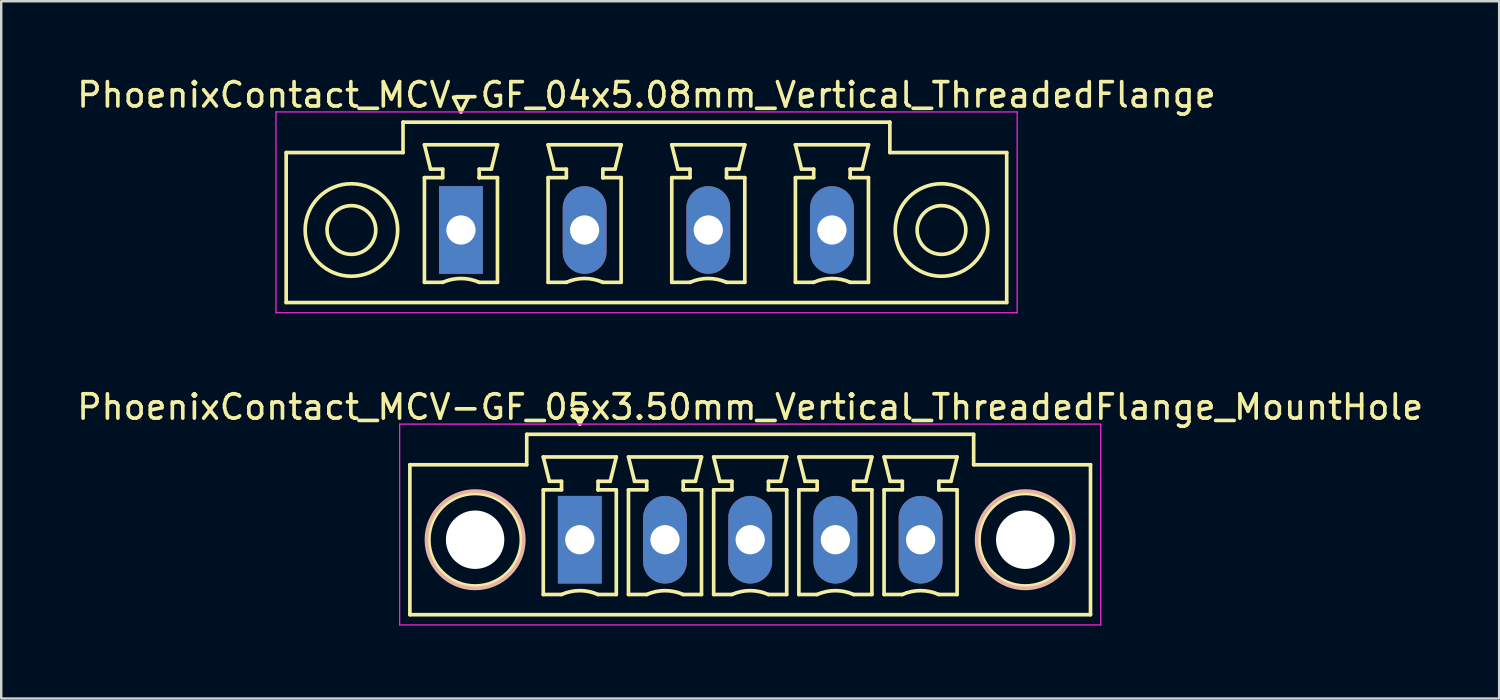
<source format=kicad_pcb>
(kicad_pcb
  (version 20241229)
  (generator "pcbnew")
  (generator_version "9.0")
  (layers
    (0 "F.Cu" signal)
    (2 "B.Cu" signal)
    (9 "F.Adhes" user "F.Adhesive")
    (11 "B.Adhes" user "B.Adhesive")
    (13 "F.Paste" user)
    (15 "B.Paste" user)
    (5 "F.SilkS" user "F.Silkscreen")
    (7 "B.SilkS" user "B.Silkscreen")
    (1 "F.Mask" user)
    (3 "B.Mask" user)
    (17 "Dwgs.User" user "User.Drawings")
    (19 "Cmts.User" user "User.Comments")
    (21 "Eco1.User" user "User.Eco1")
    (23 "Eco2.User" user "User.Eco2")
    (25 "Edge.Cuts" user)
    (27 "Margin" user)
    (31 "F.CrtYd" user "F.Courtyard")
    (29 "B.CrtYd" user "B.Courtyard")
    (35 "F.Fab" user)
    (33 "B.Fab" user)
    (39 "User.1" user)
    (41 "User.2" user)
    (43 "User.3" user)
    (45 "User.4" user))
  (footprint "PhoenixContact_MCV-GF_04x5.08mm_Vertical_ThreadedFlange"
    (layer "F.Cu")
    (at 15.886 6.398)
    (property "Reference" "PhoenixContact_MCV-GF_04x5.08mm_Vertical_ThreadedFlange" (at 7.62 -5.55 0) (layer "F.SilkS") (effects (font (size 1 1) (thickness 0.15))))
    (attr through_hole)
    (fp_line (start -7.18 -3.18) (end -7.18 2.98) (stroke (width 0.15) (type solid)) (layer "F.SilkS"))
    (fp_line (start -7.18 2.98) (end 22.42 2.98) (stroke (width 0.15) (type solid)) (layer "F.SilkS"))
    (fp_line (start -2.38 -4.43) (end -2.38 -3.18) (stroke (width 0.15) (type solid)) (layer "F.SilkS"))
    (fp_line (start -2.38 -3.18) (end -7.18 -3.18) (stroke (width 0.15) (type solid)) (layer "F.SilkS"))
    (fp_line (start -1.5 -3.5) (end 1.5 -3.5) (stroke (width 0.15) (type solid)) (layer "F.SilkS"))
    (fp_line (start -1.5 -2.15) (end -0.75 -2.15) (stroke (width 0.15) (type solid)) (layer "F.SilkS"))
    (fp_line (start -1.5 2.15) (end -1.5 -2.15) (stroke (width 0.15) (type solid)) (layer "F.SilkS"))
    (fp_line (start -1.25 -2.5) (end -1.5 -3.5) (stroke (width 0.15) (type solid)) (layer "F.SilkS"))
    (fp_line (start -0.75 -2.5) (end -1.25 -2.5) (stroke (width 0.15) (type solid)) (layer "F.SilkS"))
    (fp_line (start -0.75 -2.15) (end -0.75 -2.5) (stroke (width 0.15) (type solid)) (layer "F.SilkS"))
    (fp_line (start -0.75 2.15) (end -1.5 2.15) (stroke (width 0.15) (type solid)) (layer "F.SilkS"))
    (fp_line (start -0.3 -5.45) (end 0 -4.85) (stroke (width 0.15) (type solid)) (layer "F.SilkS"))
    (fp_line (start 0 -4.85) (end 0.3 -5.45) (stroke (width 0.15) (type solid)) (layer "F.SilkS"))
    (fp_line (start 0.3 -5.45) (end -0.3 -5.45) (stroke (width 0.15) (type solid)) (layer "F.SilkS"))
    (fp_line (start 0.75 -2.5) (end 0.75 -2.15) (stroke (width 0.15) (type solid)) (layer "F.SilkS"))
    (fp_line (start 0.75 -2.15) (end 0.75 -2.15) (stroke (width 0.15) (type solid)) (layer "F.SilkS"))
    (fp_line (start 0.75 -2.15) (end 1.5 -2.15) (stroke (width 0.15) (type solid)) (layer "F.SilkS"))
    (fp_line (start 1.25 -2.5) (end 0.75 -2.5) (stroke (width 0.15) (type solid)) (layer "F.SilkS"))
    (fp_line (start 1.5 -3.5) (end 1.25 -2.5) (stroke (width 0.15) (type solid)) (layer "F.SilkS"))
    (fp_line (start 1.5 -2.15) (end 1.5 2.15) (stroke (width 0.15) (type solid)) (layer "F.SilkS"))
    (fp_line (start 1.5 2.15) (end 0.75 2.15) (stroke (width 0.15) (type solid)) (layer "F.SilkS"))
    (fp_line (start 3.58 -3.5) (end 6.58 -3.5) (stroke (width 0.15) (type solid)) (layer "F.SilkS"))
    (fp_line (start 3.58 -2.15) (end 4.33 -2.15) (stroke (width 0.15) (type solid)) (layer "F.SilkS"))
    (fp_line (start 3.58 2.15) (end 3.58 -2.15) (stroke (width 0.15) (type solid)) (layer "F.SilkS"))
    (fp_line (start 3.83 -2.5) (end 3.58 -3.5) (stroke (width 0.15) (type solid)) (layer "F.SilkS"))
    (fp_line (start 4.33 -2.5) (end 3.83 -2.5) (stroke (width 0.15) (type solid)) (layer "F.SilkS"))
    (fp_line (start 4.33 -2.15) (end 4.33 -2.5) (stroke (width 0.15) (type solid)) (layer "F.SilkS"))
    (fp_line (start 4.33 2.15) (end 3.58 2.15) (stroke (width 0.15) (type solid)) (layer "F.SilkS"))
    (fp_line (start 5.83 -2.5) (end 5.83 -2.15) (stroke (width 0.15) (type solid)) (layer "F.SilkS"))
    (fp_line (start 5.83 -2.15) (end 5.83 -2.15) (stroke (width 0.15) (type solid)) (layer "F.SilkS"))
    (fp_line (start 5.83 -2.15) (end 6.58 -2.15) (stroke (width 0.15) (type solid)) (layer "F.SilkS"))
    (fp_line (start 6.33 -2.5) (end 5.83 -2.5) (stroke (width 0.15) (type solid)) (layer "F.SilkS"))
    (fp_line (start 6.58 -3.5) (end 6.33 -2.5) (stroke (width 0.15) (type solid)) (layer "F.SilkS"))
    (fp_line (start 6.58 -2.15) (end 6.58 2.15) (stroke (width 0.15) (type solid)) (layer "F.SilkS"))
    (fp_line (start 6.58 2.15) (end 5.83 2.15) (stroke (width 0.15) (type solid)) (layer "F.SilkS"))
    (fp_line (start 8.66 -3.5) (end 11.66 -3.5) (stroke (width 0.15) (type solid)) (layer "F.SilkS"))
    (fp_line (start 8.66 -2.15) (end 9.41 -2.15) (stroke (width 0.15) (type solid)) (layer "F.SilkS"))
    (fp_line (start 8.66 2.15) (end 8.66 -2.15) (stroke (width 0.15) (type solid)) (layer "F.SilkS"))
    (fp_line (start 8.91 -2.5) (end 8.66 -3.5) (stroke (width 0.15) (type solid)) (layer "F.SilkS"))
    (fp_line (start 9.41 -2.5) (end 8.91 -2.5) (stroke (width 0.15) (type solid)) (layer "F.SilkS"))
    (fp_line (start 9.41 -2.15) (end 9.41 -2.5) (stroke (width 0.15) (type solid)) (layer "F.SilkS"))
    (fp_line (start 9.41 2.15) (end 8.66 2.15) (stroke (width 0.15) (type solid)) (layer "F.SilkS"))
    (fp_line (start 10.91 -2.5) (end 10.91 -2.15) (stroke (width 0.15) (type solid)) (layer "F.SilkS"))
    (fp_line (start 10.91 -2.15) (end 10.91 -2.15) (stroke (width 0.15) (type solid)) (layer "F.SilkS"))
    (fp_line (start 10.91 -2.15) (end 11.66 -2.15) (stroke (width 0.15) (type solid)) (layer "F.SilkS"))
    (fp_line (start 11.41 -2.5) (end 10.91 -2.5) (stroke (width 0.15) (type solid)) (layer "F.SilkS"))
    (fp_line (start 11.66 -3.5) (end 11.41 -2.5) (stroke (width 0.15) (type solid)) (layer "F.SilkS"))
    (fp_line (start 11.66 -2.15) (end 11.66 2.15) (stroke (width 0.15) (type solid)) (layer "F.SilkS"))
    (fp_line (start 11.66 2.15) (end 10.91 2.15) (stroke (width 0.15) (type solid)) (layer "F.SilkS"))
    (fp_line (start 13.74 -3.5) (end 16.74 -3.5) (stroke (width 0.15) (type solid)) (layer "F.SilkS"))
    (fp_line (start 13.74 -2.15) (end 14.49 -2.15) (stroke (width 0.15) (type solid)) (layer "F.SilkS"))
    (fp_line (start 13.74 2.15) (end 13.74 -2.15) (stroke (width 0.15) (type solid)) (layer "F.SilkS"))
    (fp_line (start 13.99 -2.5) (end 13.74 -3.5) (stroke (width 0.15) (type solid)) (layer "F.SilkS"))
    (fp_line (start 14.49 -2.5) (end 13.99 -2.5) (stroke (width 0.15) (type solid)) (layer "F.SilkS"))
    (fp_line (start 14.49 -2.15) (end 14.49 -2.5) (stroke (width 0.15) (type solid)) (layer "F.SilkS"))
    (fp_line (start 14.49 2.15) (end 13.74 2.15) (stroke (width 0.15) (type solid)) (layer "F.SilkS"))
    (fp_line (start 15.99 -2.5) (end 15.99 -2.15) (stroke (width 0.15) (type solid)) (layer "F.SilkS"))
    (fp_line (start 15.99 -2.15) (end 15.99 -2.15) (stroke (width 0.15) (type solid)) (layer "F.SilkS"))
    (fp_line (start 15.99 -2.15) (end 16.74 -2.15) (stroke (width 0.15) (type solid)) (layer "F.SilkS"))
    (fp_line (start 16.49 -2.5) (end 15.99 -2.5) (stroke (width 0.15) (type solid)) (layer "F.SilkS"))
    (fp_line (start 16.74 -3.5) (end 16.49 -2.5) (stroke (width 0.15) (type solid)) (layer "F.SilkS"))
    (fp_line (start 16.74 -2.15) (end 16.74 2.15) (stroke (width 0.15) (type solid)) (layer "F.SilkS"))
    (fp_line (start 16.74 2.15) (end 15.99 2.15) (stroke (width 0.15) (type solid)) (layer "F.SilkS"))
    (fp_line (start 17.62 -4.43) (end -2.38 -4.43) (stroke (width 0.15) (type solid)) (layer "F.SilkS"))
    (fp_line (start 17.62 -3.18) (end 17.62 -4.43) (stroke (width 0.15) (type solid)) (layer "F.SilkS"))
    (fp_line (start 22.42 -3.18) (end 17.62 -3.18) (stroke (width 0.15) (type solid)) (layer "F.SilkS"))
    (fp_line (start 22.42 2.98) (end 22.42 -3.18) (stroke (width 0.15) (type solid)) (layer "F.SilkS"))
    (fp_arc (start -0.75 2.15) (mid -0.000193 1.99191) (end 0.749647 2.149844) (stroke (width 0.15) (type solid)) (layer "F.SilkS"))
    (fp_arc (start 4.33 2.15) (mid 5.079807 1.99191) (end 5.829647 2.149844) (stroke (width 0.15) (type solid)) (layer "F.SilkS"))
    (fp_arc (start 9.41 2.15) (mid 10.159807 1.99191) (end 10.909647 2.149844) (stroke (width 0.15) (type solid)) (layer "F.SilkS"))
    (fp_arc (start 14.49 2.15) (mid 15.239807 1.99191) (end 15.989647 2.149844) (stroke (width 0.15) (type solid)) (layer "F.SilkS"))
    (fp_circle (center -4.5 0) (end -3.5 0) (stroke (width 0.15) (type solid)) (fill no) (layer "F.SilkS"))
    (fp_circle (center -4.5 0) (end -2.6 0) (stroke (width 0.15) (type solid)) (fill no) (layer "F.SilkS"))
    (fp_circle (center 19.74 0) (end 20.74 0) (stroke (width 0.15) (type solid)) (fill no) (layer "F.SilkS"))
    (fp_circle (center 19.74 0) (end 21.64 0) (stroke (width 0.15) (type solid)) (fill no) (layer "F.SilkS"))
    (fp_line (start -7.6 -4.85) (end -7.6 3.4) (stroke (width 0.05) (type solid)) (layer "F.CrtYd"))
    (fp_line (start -7.6 3.4) (end 22.85 3.4) (stroke (width 0.05) (type solid)) (layer "F.CrtYd"))
    (fp_line (start 22.85 -4.85) (end -7.6 -4.85) (stroke (width 0.05) (type solid)) (layer "F.CrtYd"))
    (fp_line (start 22.85 3.4) (end 22.85 -4.85) (stroke (width 0.05) (type solid)) (layer "F.CrtYd"))
    (pad "1" thru_hole rect (at 0 0) (size 1.8 3.6) (drill 1.2) (layers "*.Cu" "*.Mask"))
    (pad "2" thru_hole oval (at 5.08 0) (size 1.8 3.6) (drill 1.2) (layers "*.Cu" "*.Mask"))
    (pad "3" thru_hole oval (at 10.16 0) (size 1.8 3.6) (drill 1.2) (layers "*.Cu" "*.Mask"))
    (pad "4" thru_hole oval (at 15.24 0) (size 1.8 3.6) (drill 1.2) (layers "*.Cu" "*.Mask")))
  (footprint "PhoenixContact_MCV-GF_05x3.50mm_Vertical_ThreadedFlange_MountHole"
    (layer "F.Cu")
    (at 20.768 19.122)
    (property "Reference" "PhoenixContact_MCV-GF_05x3.50mm_Vertical_ThreadedFlange_MountHole" (at 7 -5.45 0) (layer "F.SilkS") (effects (font (size 1 1) (thickness 0.15))))
    (attr through_hole)
    (fp_line (start -6.98 -3.08) (end -6.98 3.08) (stroke (width 0.15) (type solid)) (layer "F.SilkS"))
    (fp_line (start -6.98 3.08) (end 20.98 3.08) (stroke (width 0.15) (type solid)) (layer "F.SilkS"))
    (fp_line (start -2.18 -4.33) (end -2.18 -3.08) (stroke (width 0.15) (type solid)) (layer "F.SilkS"))
    (fp_line (start -2.18 -3.08) (end -6.98 -3.08) (stroke (width 0.15) (type solid)) (layer "F.SilkS"))
    (fp_line (start -1.5 -3.4) (end 1.5 -3.4) (stroke (width 0.15) (type solid)) (layer "F.SilkS"))
    (fp_line (start -1.5 -2.05) (end -0.75 -2.05) (stroke (width 0.15) (type solid)) (layer "F.SilkS"))
    (fp_line (start -1.5 2.25) (end -1.5 -2.05) (stroke (width 0.15) (type solid)) (layer "F.SilkS"))
    (fp_line (start -1.25 -2.4) (end -1.5 -3.4) (stroke (width 0.15) (type solid)) (layer "F.SilkS"))
    (fp_line (start -0.75 -2.4) (end -1.25 -2.4) (stroke (width 0.15) (type solid)) (layer "F.SilkS"))
    (fp_line (start -0.75 -2.05) (end -0.75 -2.4) (stroke (width 0.15) (type solid)) (layer "F.SilkS"))
    (fp_line (start -0.75 2.25) (end -1.5 2.25) (stroke (width 0.15) (type solid)) (layer "F.SilkS"))
    (fp_line (start -0.3 -5.35) (end 0 -4.75) (stroke (width 0.15) (type solid)) (layer "F.SilkS"))
    (fp_line (start 0 -4.75) (end 0.3 -5.35) (stroke (width 0.15) (type solid)) (layer "F.SilkS"))
    (fp_line (start 0.3 -5.35) (end -0.3 -5.35) (stroke (width 0.15) (type solid)) (layer "F.SilkS"))
    (fp_line (start 0.75 -2.4) (end 0.75 -2.05) (stroke (width 0.15) (type solid)) (layer "F.SilkS"))
    (fp_line (start 0.75 -2.05) (end 0.75 -2.05) (stroke (width 0.15) (type solid)) (layer "F.SilkS"))
    (fp_line (start 0.75 -2.05) (end 1.5 -2.05) (stroke (width 0.15) (type solid)) (layer "F.SilkS"))
    (fp_line (start 1.25 -2.4) (end 0.75 -2.4) (stroke (width 0.15) (type solid)) (layer "F.SilkS"))
    (fp_line (start 1.5 -3.4) (end 1.25 -2.4) (stroke (width 0.15) (type solid)) (layer "F.SilkS"))
    (fp_line (start 1.5 -2.05) (end 1.5 2.25) (stroke (width 0.15) (type solid)) (layer "F.SilkS"))
    (fp_line (start 1.5 2.25) (end 0.75 2.25) (stroke (width 0.15) (type solid)) (layer "F.SilkS"))
    (fp_line (start 2 -3.4) (end 5 -3.4) (stroke (width 0.15) (type solid)) (layer "F.SilkS"))
    (fp_line (start 2 -2.05) (end 2.75 -2.05) (stroke (width 0.15) (type solid)) (layer "F.SilkS"))
    (fp_line (start 2 2.25) (end 2 -2.05) (stroke (width 0.15) (type solid)) (layer "F.SilkS"))
    (fp_line (start 2.25 -2.4) (end 2 -3.4) (stroke (width 0.15) (type solid)) (layer "F.SilkS"))
    (fp_line (start 2.75 -2.4) (end 2.25 -2.4) (stroke (width 0.15) (type solid)) (layer "F.SilkS"))
    (fp_line (start 2.75 -2.05) (end 2.75 -2.4) (stroke (width 0.15) (type solid)) (layer "F.SilkS"))
    (fp_line (start 2.75 2.25) (end 2 2.25) (stroke (width 0.15) (type solid)) (layer "F.SilkS"))
    (fp_line (start 4.25 -2.4) (end 4.25 -2.05) (stroke (width 0.15) (type solid)) (layer "F.SilkS"))
    (fp_line (start 4.25 -2.05) (end 4.25 -2.05) (stroke (width 0.15) (type solid)) (layer "F.SilkS"))
    (fp_line (start 4.25 -2.05) (end 5 -2.05) (stroke (width 0.15) (type solid)) (layer "F.SilkS"))
    (fp_line (start 4.75 -2.4) (end 4.25 -2.4) (stroke (width 0.15) (type solid)) (layer "F.SilkS"))
    (fp_line (start 5 -3.4) (end 4.75 -2.4) (stroke (width 0.15) (type solid)) (layer "F.SilkS"))
    (fp_line (start 5 -2.05) (end 5 2.25) (stroke (width 0.15) (type solid)) (layer "F.SilkS"))
    (fp_line (start 5 2.25) (end 4.25 2.25) (stroke (width 0.15) (type solid)) (layer "F.SilkS"))
    (fp_line (start 5.5 -3.4) (end 8.5 -3.4) (stroke (width 0.15) (type solid)) (layer "F.SilkS"))
    (fp_line (start 5.5 -2.05) (end 6.25 -2.05) (stroke (width 0.15) (type solid)) (layer "F.SilkS"))
    (fp_line (start 5.5 2.25) (end 5.5 -2.05) (stroke (width 0.15) (type solid)) (layer "F.SilkS"))
    (fp_line (start 5.75 -2.4) (end 5.5 -3.4) (stroke (width 0.15) (type solid)) (layer "F.SilkS"))
    (fp_line (start 6.25 -2.4) (end 5.75 -2.4) (stroke (width 0.15) (type solid)) (layer "F.SilkS"))
    (fp_line (start 6.25 -2.05) (end 6.25 -2.4) (stroke (width 0.15) (type solid)) (layer "F.SilkS"))
    (fp_line (start 6.25 2.25) (end 5.5 2.25) (stroke (width 0.15) (type solid)) (layer "F.SilkS"))
    (fp_line (start 7.75 -2.4) (end 7.75 -2.05) (stroke (width 0.15) (type solid)) (layer "F.SilkS"))
    (fp_line (start 7.75 -2.05) (end 7.75 -2.05) (stroke (width 0.15) (type solid)) (layer "F.SilkS"))
    (fp_line (start 7.75 -2.05) (end 8.5 -2.05) (stroke (width 0.15) (type solid)) (layer "F.SilkS"))
    (fp_line (start 8.25 -2.4) (end 7.75 -2.4) (stroke (width 0.15) (type solid)) (layer "F.SilkS"))
    (fp_line (start 8.5 -3.4) (end 8.25 -2.4) (stroke (width 0.15) (type solid)) (layer "F.SilkS"))
    (fp_line (start 8.5 -2.05) (end 8.5 2.25) (stroke (width 0.15) (type solid)) (layer "F.SilkS"))
    (fp_line (start 8.5 2.25) (end 7.75 2.25) (stroke (width 0.15) (type solid)) (layer "F.SilkS"))
    (fp_line (start 9 -3.4) (end 12 -3.4) (stroke (width 0.15) (type solid)) (layer "F.SilkS"))
    (fp_line (start 9 -2.05) (end 9.75 -2.05) (stroke (width 0.15) (type solid)) (layer "F.SilkS"))
    (fp_line (start 9 2.25) (end 9 -2.05) (stroke (width 0.15) (type solid)) (layer "F.SilkS"))
    (fp_line (start 9.25 -2.4) (end 9 -3.4) (stroke (width 0.15) (type solid)) (layer "F.SilkS"))
    (fp_line (start 9.75 -2.4) (end 9.25 -2.4) (stroke (width 0.15) (type solid)) (layer "F.SilkS"))
    (fp_line (start 9.75 -2.05) (end 9.75 -2.4) (stroke (width 0.15) (type solid)) (layer "F.SilkS"))
    (fp_line (start 9.75 2.25) (end 9 2.25) (stroke (width 0.15) (type solid)) (layer "F.SilkS"))
    (fp_line (start 11.25 -2.4) (end 11.25 -2.05) (stroke (width 0.15) (type solid)) (layer "F.SilkS"))
    (fp_line (start 11.25 -2.05) (end 11.25 -2.05) (stroke (width 0.15) (type solid)) (layer "F.SilkS"))
    (fp_line (start 11.25 -2.05) (end 12 -2.05) (stroke (width 0.15) (type solid)) (layer "F.SilkS"))
    (fp_line (start 11.75 -2.4) (end 11.25 -2.4) (stroke (width 0.15) (type solid)) (layer "F.SilkS"))
    (fp_line (start 12 -3.4) (end 11.75 -2.4) (stroke (width 0.15) (type solid)) (layer "F.SilkS"))
    (fp_line (start 12 -2.05) (end 12 2.25) (stroke (width 0.15) (type solid)) (layer "F.SilkS"))
    (fp_line (start 12 2.25) (end 11.25 2.25) (stroke (width 0.15) (type solid)) (layer "F.SilkS"))
    (fp_line (start 12.5 -3.4) (end 15.5 -3.4) (stroke (width 0.15) (type solid)) (layer "F.SilkS"))
    (fp_line (start 12.5 -2.05) (end 13.25 -2.05) (stroke (width 0.15) (type solid)) (layer "F.SilkS"))
    (fp_line (start 12.5 2.25) (end 12.5 -2.05) (stroke (width 0.15) (type solid)) (layer "F.SilkS"))
    (fp_line (start 12.75 -2.4) (end 12.5 -3.4) (stroke (width 0.15) (type solid)) (layer "F.SilkS"))
    (fp_line (start 13.25 -2.4) (end 12.75 -2.4) (stroke (width 0.15) (type solid)) (layer "F.SilkS"))
    (fp_line (start 13.25 -2.05) (end 13.25 -2.4) (stroke (width 0.15) (type solid)) (layer "F.SilkS"))
    (fp_line (start 13.25 2.25) (end 12.5 2.25) (stroke (width 0.15) (type solid)) (layer "F.SilkS"))
    (fp_line (start 14.75 -2.4) (end 14.75 -2.05) (stroke (width 0.15) (type solid)) (layer "F.SilkS"))
    (fp_line (start 14.75 -2.05) (end 14.75 -2.05) (stroke (width 0.15) (type solid)) (layer "F.SilkS"))
    (fp_line (start 14.75 -2.05) (end 15.5 -2.05) (stroke (width 0.15) (type solid)) (layer "F.SilkS"))
    (fp_line (start 15.25 -2.4) (end 14.75 -2.4) (stroke (width 0.15) (type solid)) (layer "F.SilkS"))
    (fp_line (start 15.5 -3.4) (end 15.25 -2.4) (stroke (width 0.15) (type solid)) (layer "F.SilkS"))
    (fp_line (start 15.5 -2.05) (end 15.5 2.25) (stroke (width 0.15) (type solid)) (layer "F.SilkS"))
    (fp_line (start 15.5 2.25) (end 14.75 2.25) (stroke (width 0.15) (type solid)) (layer "F.SilkS"))
    (fp_line (start 16.18 -4.33) (end -2.18 -4.33) (stroke (width 0.15) (type solid)) (layer "F.SilkS"))
    (fp_line (start 16.18 -3.08) (end 16.18 -4.33) (stroke (width 0.15) (type solid)) (layer "F.SilkS"))
    (fp_line (start 20.98 -3.08) (end 16.18 -3.08) (stroke (width 0.15) (type solid)) (layer "F.SilkS"))
    (fp_line (start 20.98 3.08) (end 20.98 -3.08) (stroke (width 0.15) (type solid)) (layer "F.SilkS"))
    (fp_arc (start -0.75 2.25) (mid -0.000193 2.09191) (end 0.749647 2.249844) (stroke (width 0.15) (type solid)) (layer "F.SilkS"))
    (fp_arc (start 2.75 2.25) (mid 3.499807 2.09191) (end 4.249647 2.249844) (stroke (width 0.15) (type solid)) (layer "F.SilkS"))
    (fp_arc (start 6.25 2.25) (mid 6.999807 2.09191) (end 7.749647 2.249844) (stroke (width 0.15) (type solid)) (layer "F.SilkS"))
    (fp_arc (start 9.75 2.25) (mid 10.499807 2.09191) (end 11.249647 2.249844) (stroke (width 0.15) (type solid)) (layer "F.SilkS"))
    (fp_arc (start 13.25 2.25) (mid 13.999807 2.09191) (end 14.749647 2.249844) (stroke (width 0.15) (type solid)) (layer "F.SilkS"))
    (fp_circle (center -4.3 0) (end -2.4 0) (stroke (width 0.15) (type solid)) (fill no) (layer "F.SilkS"))
    (fp_circle (center 18.3 0) (end 20.2 0) (stroke (width 0.15) (type solid)) (fill no) (layer "F.SilkS"))
    (fp_circle (center -4.3 0) (end -2.3 0) (stroke (width 0.15) (type solid)) (fill no) (layer "B.SilkS"))
    (fp_circle (center 18.3 0) (end 20.3 0) (stroke (width 0.15) (type solid)) (fill no) (layer "B.SilkS"))
    (fp_line (start -7.4 -4.75) (end -7.4 3.5) (stroke (width 0.05) (type solid)) (layer "F.CrtYd"))
    (fp_line (start -7.4 3.5) (end 21.4 3.5) (stroke (width 0.05) (type solid)) (layer "F.CrtYd"))
    (fp_line (start 21.4 -4.75) (end -7.4 -4.75) (stroke (width 0.05) (type solid)) (layer "F.CrtYd"))
    (fp_line (start 21.4 3.5) (end 21.4 -4.75) (stroke (width 0.05) (type solid)) (layer "F.CrtYd"))
    (pad "" np_thru_hole circle (at -4.3 0) (size 2.4 2.4) (drill 2.4) (layers "*.Cu" "*.Mask"))
    (pad "" np_thru_hole circle (at 18.3 0) (size 2.4 2.4) (drill 2.4) (layers "*.Cu" "*.Mask"))
    (pad "1" thru_hole rect (at 0 0) (size 1.8 3.6) (drill 1.2) (layers "*.Cu" "*.Mask"))
    (pad "2" thru_hole oval (at 3.5 0) (size 1.8 3.6) (drill 1.2) (layers "*.Cu" "*.Mask"))
    (pad "3" thru_hole oval (at 7 0) (size 1.8 3.6) (drill 1.2) (layers "*.Cu" "*.Mask"))
    (pad "4" thru_hole oval (at 10.5 0) (size 1.8 3.6) (drill 1.2) (layers "*.Cu" "*.Mask"))
    (pad "5" thru_hole oval (at 14 0) (size 1.8 3.6) (drill 1.2) (layers "*.Cu" "*.Mask")))
  (gr_rect
    (start -3 -3)
    (end 58.536 25.646)
    (stroke (width 0.1) (type default))
    (fill no)
    (layer "Edge.Cuts")))
</source>
